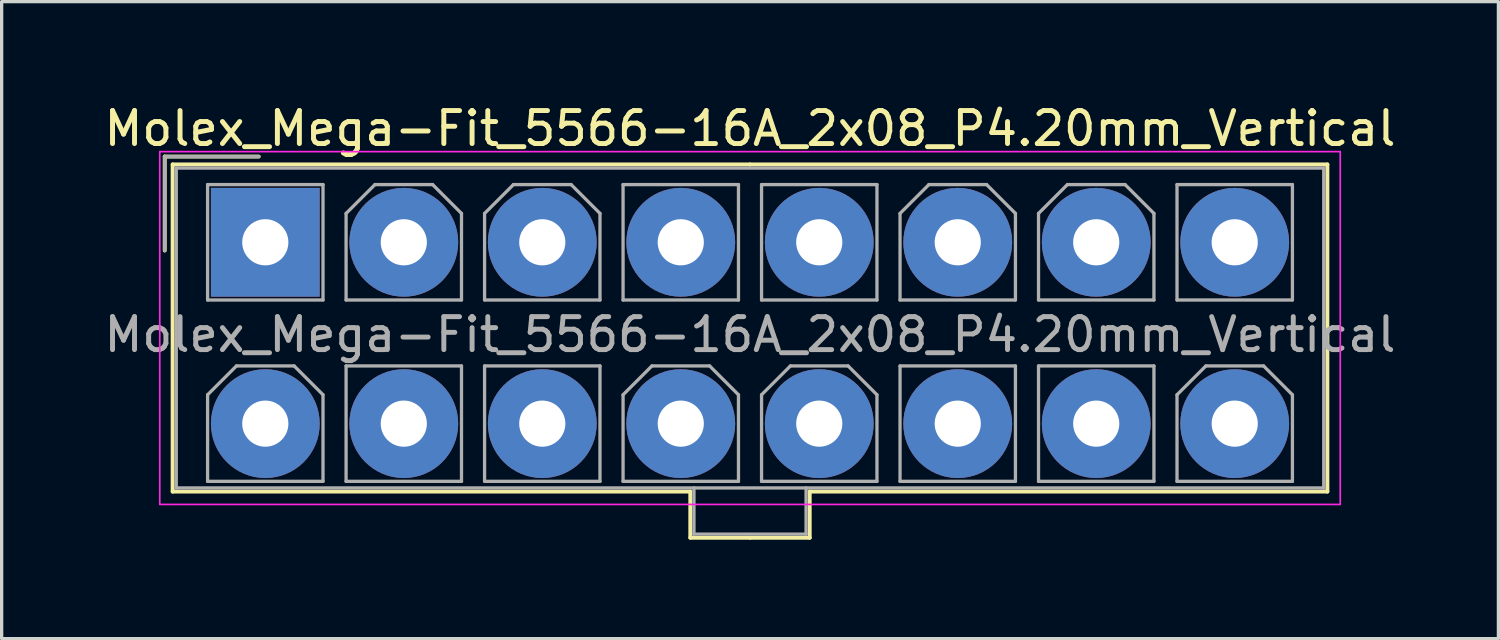
<source format=kicad_pcb>
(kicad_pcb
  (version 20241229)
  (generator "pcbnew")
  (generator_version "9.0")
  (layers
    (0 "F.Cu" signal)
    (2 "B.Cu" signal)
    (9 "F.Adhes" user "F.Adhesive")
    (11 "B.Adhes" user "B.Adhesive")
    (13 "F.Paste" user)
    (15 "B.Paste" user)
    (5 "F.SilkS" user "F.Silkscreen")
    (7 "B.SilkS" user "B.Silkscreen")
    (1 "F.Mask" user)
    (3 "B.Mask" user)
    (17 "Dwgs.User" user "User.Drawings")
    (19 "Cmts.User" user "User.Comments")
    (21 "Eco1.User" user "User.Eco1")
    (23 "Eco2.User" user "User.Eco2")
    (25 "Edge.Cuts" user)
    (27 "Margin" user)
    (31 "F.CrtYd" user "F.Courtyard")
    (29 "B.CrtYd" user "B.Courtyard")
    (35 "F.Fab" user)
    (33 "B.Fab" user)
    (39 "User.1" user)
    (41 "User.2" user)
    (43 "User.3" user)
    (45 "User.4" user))
  (footprint "Molex_Mega-Fit_5566-16A_2x08_P4.20mm_Vertical"
    (layer "F.Cu")
    (at 4.996 4.298)
    (property "Reference" "Molex_Mega-Fit_5566-16A_2x08_P4.20mm_Vertical" (at 14.7 -3.45 0) (layer "F.SilkS") (effects (font (size 1 1) (thickness 0.15))))
    (attr through_hole)
    (fp_line (start -3.05 -2.6) (end -3.05 0.25) (stroke (width 0.12) (type solid)) (layer "F.SilkS"))
    (fp_line (start -2.81 -2.36) (end -2.81 7.56) (stroke (width 0.12) (type solid)) (layer "F.SilkS"))
    (fp_line (start -2.81 7.56) (end 12.89 7.56) (stroke (width 0.12) (type solid)) (layer "F.SilkS"))
    (fp_line (start -0.2 -2.6) (end -3.05 -2.6) (stroke (width 0.12) (type solid)) (layer "F.SilkS"))
    (fp_line (start 12.89 7.56) (end 12.89 8.96) (stroke (width 0.12) (type solid)) (layer "F.SilkS"))
    (fp_line (start 12.89 8.96) (end 14.7 8.96) (stroke (width 0.12) (type solid)) (layer "F.SilkS"))
    (fp_line (start 14.7 -2.36) (end -2.81 -2.36) (stroke (width 0.12) (type solid)) (layer "F.SilkS"))
    (fp_line (start 14.7 -2.36) (end 32.21 -2.36) (stroke (width 0.12) (type solid)) (layer "F.SilkS"))
    (fp_line (start 16.51 7.56) (end 16.51 8.96) (stroke (width 0.12) (type solid)) (layer "F.SilkS"))
    (fp_line (start 16.51 8.96) (end 14.7 8.96) (stroke (width 0.12) (type solid)) (layer "F.SilkS"))
    (fp_line (start 32.21 -2.36) (end 32.21 7.56) (stroke (width 0.12) (type solid)) (layer "F.SilkS"))
    (fp_line (start 32.21 7.56) (end 16.51 7.56) (stroke (width 0.12) (type solid)) (layer "F.SilkS"))
    (fp_line (start -3.2 -2.75) (end -3.2 7.95) (stroke (width 0.05) (type solid)) (layer "F.CrtYd"))
    (fp_line (start -3.2 7.95) (end 32.6 7.95) (stroke (width 0.05) (type solid)) (layer "F.CrtYd"))
    (fp_line (start 32.6 -2.75) (end -3.2 -2.75) (stroke (width 0.05) (type solid)) (layer "F.CrtYd"))
    (fp_line (start 32.6 7.95) (end 32.6 -2.75) (stroke (width 0.05) (type solid)) (layer "F.CrtYd"))
    (fp_line (start -3.05 -2.6) (end -3.05 0.25) (stroke (width 0.1) (type solid)) (layer "F.Fab"))
    (fp_line (start -2.7 -2.25) (end -2.7 7.45) (stroke (width 0.1) (type solid)) (layer "F.Fab"))
    (fp_line (start -2.7 7.45) (end 32.1 7.45) (stroke (width 0.1) (type solid)) (layer "F.Fab"))
    (fp_line (start -1.75 -1.75) (end -1.75 1.75) (stroke (width 0.1) (type solid)) (layer "F.Fab"))
    (fp_line (start -1.75 1.75) (end 1.75 1.75) (stroke (width 0.1) (type solid)) (layer "F.Fab"))
    (fp_line (start -1.75 4.625) (end -0.875 3.75) (stroke (width 0.1) (type solid)) (layer "F.Fab"))
    (fp_line (start -1.75 7.25) (end -1.75 4.625) (stroke (width 0.1) (type solid)) (layer "F.Fab"))
    (fp_line (start -0.875 3.75) (end 0.875 3.75) (stroke (width 0.1) (type solid)) (layer "F.Fab"))
    (fp_line (start -0.2 -2.6) (end -3.05 -2.6) (stroke (width 0.1) (type solid)) (layer "F.Fab"))
    (fp_line (start 0.875 3.75) (end 1.75 4.625) (stroke (width 0.1) (type solid)) (layer "F.Fab"))
    (fp_line (start 1.75 -1.75) (end -1.75 -1.75) (stroke (width 0.1) (type solid)) (layer "F.Fab"))
    (fp_line (start 1.75 1.75) (end 1.75 -1.75) (stroke (width 0.1) (type solid)) (layer "F.Fab"))
    (fp_line (start 1.75 4.625) (end 1.75 7.25) (stroke (width 0.1) (type solid)) (layer "F.Fab"))
    (fp_line (start 1.75 7.25) (end -1.75 7.25) (stroke (width 0.1) (type solid)) (layer "F.Fab"))
    (fp_line (start 2.45 -0.875) (end 3.325 -1.75) (stroke (width 0.1) (type solid)) (layer "F.Fab"))
    (fp_line (start 2.45 1.75) (end 2.45 -0.875) (stroke (width 0.1) (type solid)) (layer "F.Fab"))
    (fp_line (start 2.45 3.75) (end 2.45 7.25) (stroke (width 0.1) (type solid)) (layer "F.Fab"))
    (fp_line (start 2.45 7.25) (end 5.95 7.25) (stroke (width 0.1) (type solid)) (layer "F.Fab"))
    (fp_line (start 3.325 -1.75) (end 5.075 -1.75) (stroke (width 0.1) (type solid)) (layer "F.Fab"))
    (fp_line (start 5.075 -1.75) (end 5.95 -0.875) (stroke (width 0.1) (type solid)) (layer "F.Fab"))
    (fp_line (start 5.95 -0.875) (end 5.95 1.75) (stroke (width 0.1) (type solid)) (layer "F.Fab"))
    (fp_line (start 5.95 1.75) (end 2.45 1.75) (stroke (width 0.1) (type solid)) (layer "F.Fab"))
    (fp_line (start 5.95 3.75) (end 2.45 3.75) (stroke (width 0.1) (type solid)) (layer "F.Fab"))
    (fp_line (start 5.95 7.25) (end 5.95 3.75) (stroke (width 0.1) (type solid)) (layer "F.Fab"))
    (fp_line (start 6.65 -0.875) (end 7.525 -1.75) (stroke (width 0.1) (type solid)) (layer "F.Fab"))
    (fp_line (start 6.65 1.75) (end 6.65 -0.875) (stroke (width 0.1) (type solid)) (layer "F.Fab"))
    (fp_line (start 6.65 3.75) (end 6.65 7.25) (stroke (width 0.1) (type solid)) (layer "F.Fab"))
    (fp_line (start 6.65 7.25) (end 10.15 7.25) (stroke (width 0.1) (type solid)) (layer "F.Fab"))
    (fp_line (start 7.525 -1.75) (end 9.275 -1.75) (stroke (width 0.1) (type solid)) (layer "F.Fab"))
    (fp_line (start 9.275 -1.75) (end 10.15 -0.875) (stroke (width 0.1) (type solid)) (layer "F.Fab"))
    (fp_line (start 10.15 -0.875) (end 10.15 1.75) (stroke (width 0.1) (type solid)) (layer "F.Fab"))
    (fp_line (start 10.15 1.75) (end 6.65 1.75) (stroke (width 0.1) (type solid)) (layer "F.Fab"))
    (fp_line (start 10.15 3.75) (end 6.65 3.75) (stroke (width 0.1) (type solid)) (layer "F.Fab"))
    (fp_line (start 10.15 7.25) (end 10.15 3.75) (stroke (width 0.1) (type solid)) (layer "F.Fab"))
    (fp_line (start 10.85 -1.75) (end 10.85 1.75) (stroke (width 0.1) (type solid)) (layer "F.Fab"))
    (fp_line (start 10.85 1.75) (end 14.35 1.75) (stroke (width 0.1) (type solid)) (layer "F.Fab"))
    (fp_line (start 10.85 4.625) (end 11.725 3.75) (stroke (width 0.1) (type solid)) (layer "F.Fab"))
    (fp_line (start 10.85 7.25) (end 10.85 4.625) (stroke (width 0.1) (type solid)) (layer "F.Fab"))
    (fp_line (start 11.725 3.75) (end 13.475 3.75) (stroke (width 0.1) (type solid)) (layer "F.Fab"))
    (fp_line (start 13 7.45) (end 13 8.85) (stroke (width 0.1) (type solid)) (layer "F.Fab"))
    (fp_line (start 13 8.85) (end 16.4 8.85) (stroke (width 0.1) (type solid)) (layer "F.Fab"))
    (fp_line (start 13.475 3.75) (end 14.35 4.625) (stroke (width 0.1) (type solid)) (layer "F.Fab"))
    (fp_line (start 14.35 -1.75) (end 10.85 -1.75) (stroke (width 0.1) (type solid)) (layer "F.Fab"))
    (fp_line (start 14.35 1.75) (end 14.35 -1.75) (stroke (width 0.1) (type solid)) (layer "F.Fab"))
    (fp_line (start 14.35 4.625) (end 14.35 7.25) (stroke (width 0.1) (type solid)) (layer "F.Fab"))
    (fp_line (start 14.35 7.25) (end 10.85 7.25) (stroke (width 0.1) (type solid)) (layer "F.Fab"))
    (fp_line (start 15.05 -1.75) (end 15.05 1.75) (stroke (width 0.1) (type solid)) (layer "F.Fab"))
    (fp_line (start 15.05 1.75) (end 18.55 1.75) (stroke (width 0.1) (type solid)) (layer "F.Fab"))
    (fp_line (start 15.05 4.625) (end 15.925 3.75) (stroke (width 0.1) (type solid)) (layer "F.Fab"))
    (fp_line (start 15.05 7.25) (end 15.05 4.625) (stroke (width 0.1) (type solid)) (layer "F.Fab"))
    (fp_line (start 15.925 3.75) (end 17.675 3.75) (stroke (width 0.1) (type solid)) (layer "F.Fab"))
    (fp_line (start 16.4 8.85) (end 16.4 7.45) (stroke (width 0.1) (type solid)) (layer "F.Fab"))
    (fp_line (start 17.675 3.75) (end 18.55 4.625) (stroke (width 0.1) (type solid)) (layer "F.Fab"))
    (fp_line (start 18.55 -1.75) (end 15.05 -1.75) (stroke (width 0.1) (type solid)) (layer "F.Fab"))
    (fp_line (start 18.55 1.75) (end 18.55 -1.75) (stroke (width 0.1) (type solid)) (layer "F.Fab"))
    (fp_line (start 18.55 4.625) (end 18.55 7.25) (stroke (width 0.1) (type solid)) (layer "F.Fab"))
    (fp_line (start 18.55 7.25) (end 15.05 7.25) (stroke (width 0.1) (type solid)) (layer "F.Fab"))
    (fp_line (start 19.25 -0.875) (end 20.125 -1.75) (stroke (width 0.1) (type solid)) (layer "F.Fab"))
    (fp_line (start 19.25 1.75) (end 19.25 -0.875) (stroke (width 0.1) (type solid)) (layer "F.Fab"))
    (fp_line (start 19.25 3.75) (end 19.25 7.25) (stroke (width 0.1) (type solid)) (layer "F.Fab"))
    (fp_line (start 19.25 7.25) (end 22.75 7.25) (stroke (width 0.1) (type solid)) (layer "F.Fab"))
    (fp_line (start 20.125 -1.75) (end 21.875 -1.75) (stroke (width 0.1) (type solid)) (layer "F.Fab"))
    (fp_line (start 21.875 -1.75) (end 22.75 -0.875) (stroke (width 0.1) (type solid)) (layer "F.Fab"))
    (fp_line (start 22.75 -0.875) (end 22.75 1.75) (stroke (width 0.1) (type solid)) (layer "F.Fab"))
    (fp_line (start 22.75 1.75) (end 19.25 1.75) (stroke (width 0.1) (type solid)) (layer "F.Fab"))
    (fp_line (start 22.75 3.75) (end 19.25 3.75) (stroke (width 0.1) (type solid)) (layer "F.Fab"))
    (fp_line (start 22.75 7.25) (end 22.75 3.75) (stroke (width 0.1) (type solid)) (layer "F.Fab"))
    (fp_line (start 23.45 -0.875) (end 24.325 -1.75) (stroke (width 0.1) (type solid)) (layer "F.Fab"))
    (fp_line (start 23.45 1.75) (end 23.45 -0.875) (stroke (width 0.1) (type solid)) (layer "F.Fab"))
    (fp_line (start 23.45 3.75) (end 23.45 7.25) (stroke (width 0.1) (type solid)) (layer "F.Fab"))
    (fp_line (start 23.45 7.25) (end 26.95 7.25) (stroke (width 0.1) (type solid)) (layer "F.Fab"))
    (fp_line (start 24.325 -1.75) (end 26.075 -1.75) (stroke (width 0.1) (type solid)) (layer "F.Fab"))
    (fp_line (start 26.075 -1.75) (end 26.95 -0.875) (stroke (width 0.1) (type solid)) (layer "F.Fab"))
    (fp_line (start 26.95 -0.875) (end 26.95 1.75) (stroke (width 0.1) (type solid)) (layer "F.Fab"))
    (fp_line (start 26.95 1.75) (end 23.45 1.75) (stroke (width 0.1) (type solid)) (layer "F.Fab"))
    (fp_line (start 26.95 3.75) (end 23.45 3.75) (stroke (width 0.1) (type solid)) (layer "F.Fab"))
    (fp_line (start 26.95 7.25) (end 26.95 3.75) (stroke (width 0.1) (type solid)) (layer "F.Fab"))
    (fp_line (start 27.65 -1.75) (end 27.65 1.75) (stroke (width 0.1) (type solid)) (layer "F.Fab"))
    (fp_line (start 27.65 1.75) (end 31.15 1.75) (stroke (width 0.1) (type solid)) (layer "F.Fab"))
    (fp_line (start 27.65 4.625) (end 28.525 3.75) (stroke (width 0.1) (type solid)) (layer "F.Fab"))
    (fp_line (start 27.65 7.25) (end 27.65 4.625) (stroke (width 0.1) (type solid)) (layer "F.Fab"))
    (fp_line (start 28.525 3.75) (end 30.275 3.75) (stroke (width 0.1) (type solid)) (layer "F.Fab"))
    (fp_line (start 30.275 3.75) (end 31.15 4.625) (stroke (width 0.1) (type solid)) (layer "F.Fab"))
    (fp_line (start 31.15 -1.75) (end 27.65 -1.75) (stroke (width 0.1) (type solid)) (layer "F.Fab"))
    (fp_line (start 31.15 1.75) (end 31.15 -1.75) (stroke (width 0.1) (type solid)) (layer "F.Fab"))
    (fp_line (start 31.15 4.625) (end 31.15 7.25) (stroke (width 0.1) (type solid)) (layer "F.Fab"))
    (fp_line (start 31.15 7.25) (end 27.65 7.25) (stroke (width 0.1) (type solid)) (layer "F.Fab"))
    (fp_line (start 32.1 -2.25) (end -2.7 -2.25) (stroke (width 0.1) (type solid)) (layer "F.Fab"))
    (fp_line (start 32.1 7.45) (end 32.1 -2.25) (stroke (width 0.1) (type solid)) (layer "F.Fab"))
    (fp_text user "${REFERENCE}" (at 14.7 2.8 0) (layer "F.Fab") (effects (font (size 1 1) (thickness 0.15))))
    (pad "1" thru_hole rect (at 0 0) (size 3.3 3.3) (drill 1.4) (layers "*.Cu" "*.Mask"))
    (pad "2" thru_hole circle (at 4.2 0) (size 3.3 3.3) (drill 1.4) (layers "*.Cu" "*.Mask"))
    (pad "3" thru_hole circle (at 8.4 0) (size 3.3 3.3) (drill 1.4) (layers "*.Cu" "*.Mask"))
    (pad "4" thru_hole circle (at 12.6 0) (size 3.3 3.3) (drill 1.4) (layers "*.Cu" "*.Mask"))
    (pad "5" thru_hole circle (at 16.8 0) (size 3.3 3.3) (drill 1.4) (layers "*.Cu" "*.Mask"))
    (pad "6" thru_hole circle (at 21 0) (size 3.3 3.3) (drill 1.4) (layers "*.Cu" "*.Mask"))
    (pad "7" thru_hole circle (at 25.2 0) (size 3.3 3.3) (drill 1.4) (layers "*.Cu" "*.Mask"))
    (pad "8" thru_hole circle (at 29.4 0) (size 3.3 3.3) (drill 1.4) (layers "*.Cu" "*.Mask"))
    (pad "9" thru_hole circle (at 0 5.5) (size 3.3 3.3) (drill 1.4) (layers "*.Cu" "*.Mask"))
    (pad "10" thru_hole circle (at 4.2 5.5) (size 3.3 3.3) (drill 1.4) (layers "*.Cu" "*.Mask"))
    (pad "11" thru_hole circle (at 8.4 5.5) (size 3.3 3.3) (drill 1.4) (layers "*.Cu" "*.Mask"))
    (pad "12" thru_hole circle (at 12.6 5.5) (size 3.3 3.3) (drill 1.4) (layers "*.Cu" "*.Mask"))
    (pad "13" thru_hole circle (at 16.8 5.5) (size 3.3 3.3) (drill 1.4) (layers "*.Cu" "*.Mask"))
    (pad "14" thru_hole circle (at 21 5.5) (size 3.3 3.3) (drill 1.4) (layers "*.Cu" "*.Mask"))
    (pad "15" thru_hole circle (at 25.2 5.5) (size 3.3 3.3) (drill 1.4) (layers "*.Cu" "*.Mask"))
    (pad "16" thru_hole circle (at 29.4 5.5) (size 3.3 3.3) (drill 1.4) (layers "*.Cu" "*.Mask")))
  (gr_rect
    (start -3 -3)
    (end 42.393 16.318)
    (stroke (width 0.1) (type default))
    (fill no)
    (layer "Edge.Cuts")))
</source>
